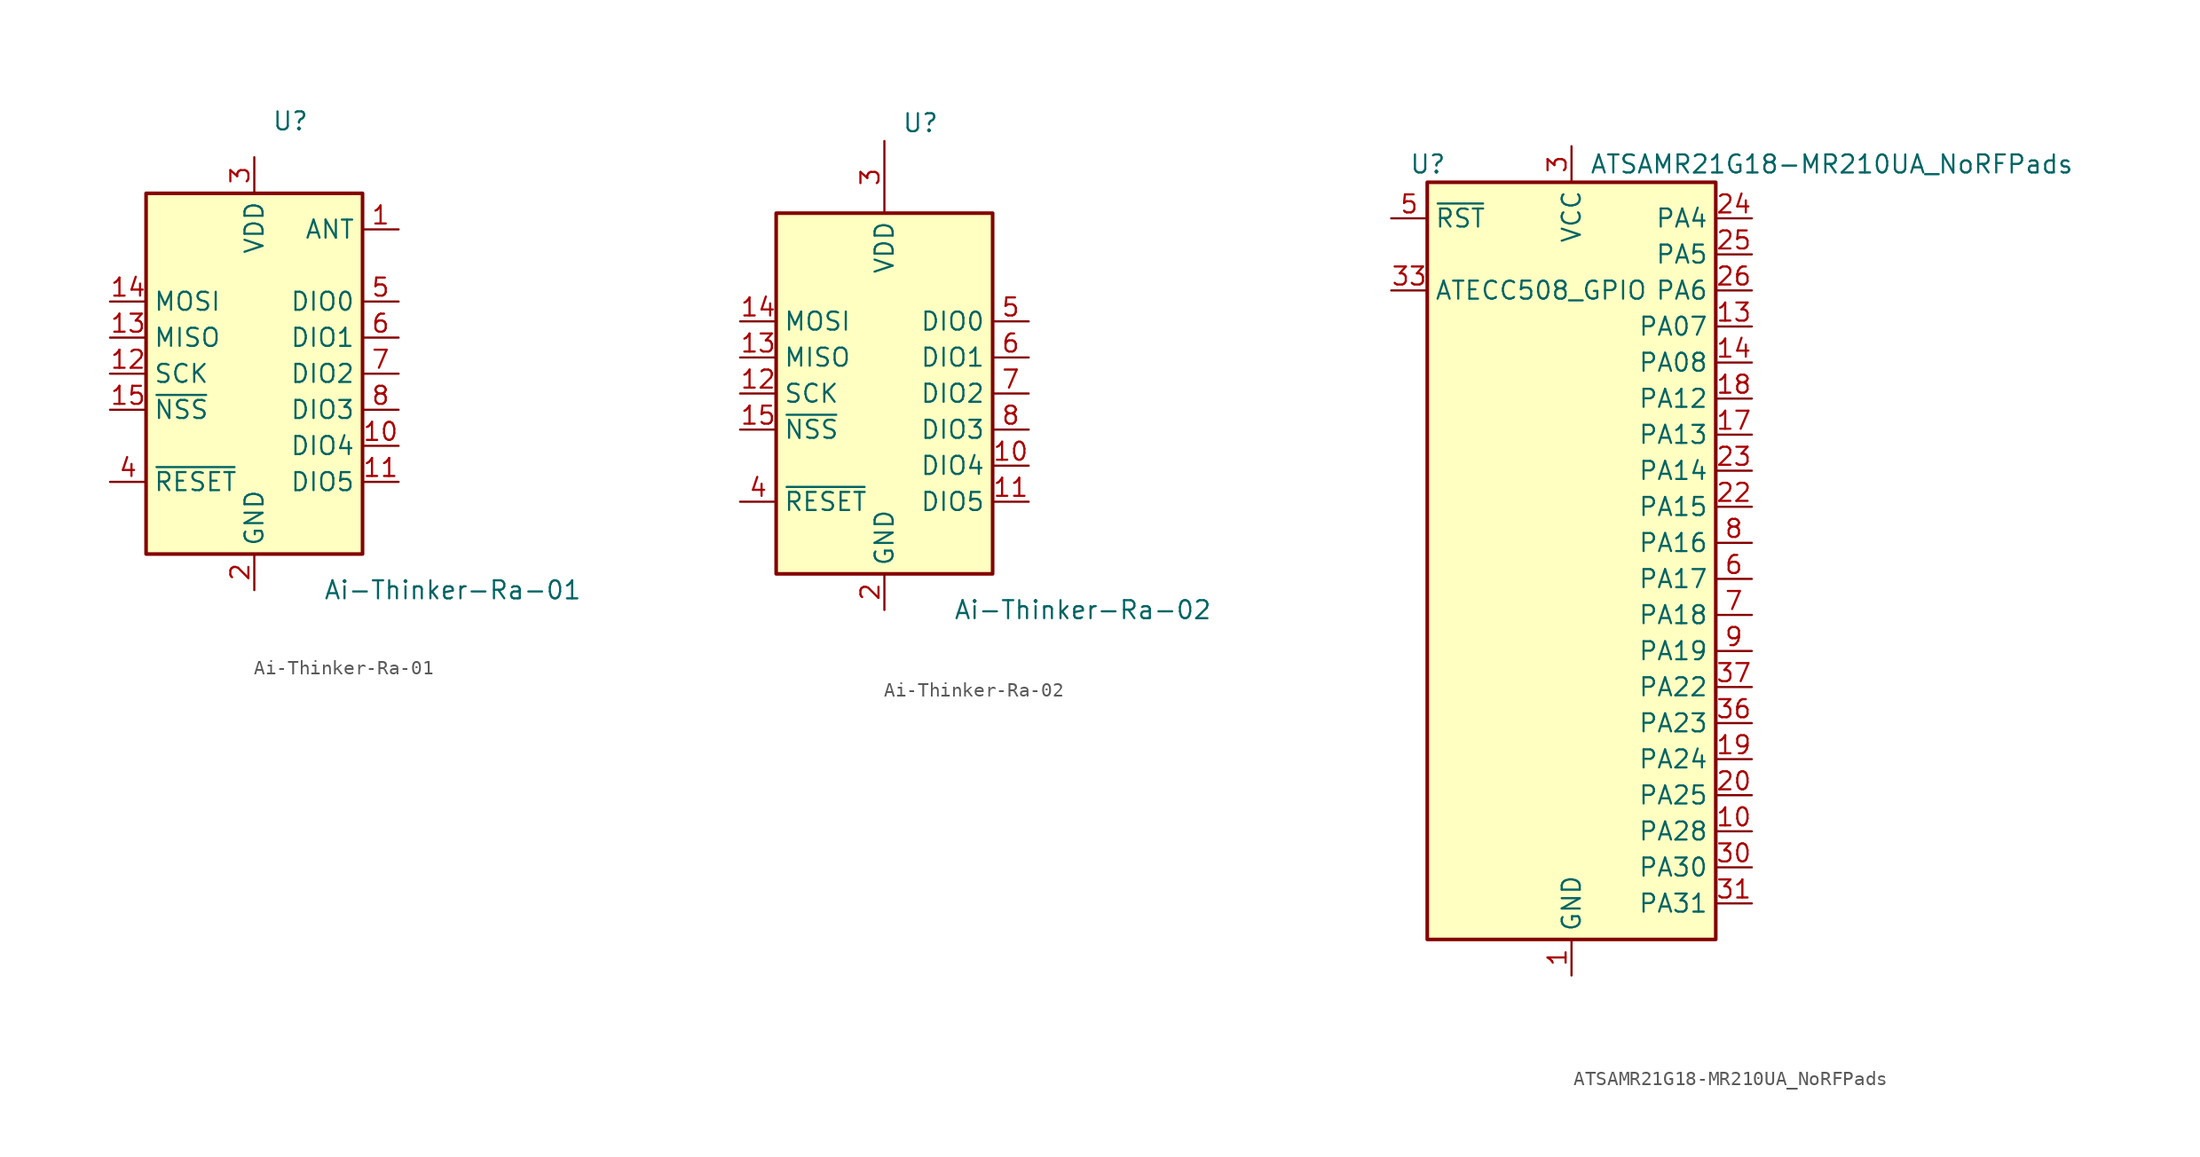
<source format=kicad_sym>
(kicad_symbol_lib
  (version 20201005)
  (generator kicad_symbol_editor)
  (symbol "RF_Module:Ai-Thinker-Ra-01"
    (property "Reference" "U"
      (at 2.54 17.78 0)
      (effects (font (size 1.27 1.27))))
    (property "Value" "Ai-Thinker-Ra-01"
      (at 13.97 -15.24 0)
      (effects (font (size 1.27 1.27))))
    (symbol "Ai-Thinker-Ra-01_0_1"
      (rectangle (start -7.62 12.7) (end 7.62 -12.7) (stroke (width 0.254)) (fill (type background))))
    (symbol "Ai-Thinker-Ra-01_1_1"
      (pin passive line (at 10.16 10.16 180) (length 2.54) (name "ANT" (effects (font (size 1.27 1.27)))) (number "1" (effects (font (size 1.27 1.27)))))
      (pin bidirectional line (at 10.16 -5.08 180) (length 2.54) (name "DIO4" (effects (font (size 1.27 1.27)))) (number "10" (effects (font (size 1.27 1.27)))))
      (pin bidirectional line (at 10.16 -7.62 180) (length 2.54) (name "DIO5" (effects (font (size 1.27 1.27)))) (number "11" (effects (font (size 1.27 1.27)))))
      (pin input line (at -10.16 0 0) (length 2.54) (name "SCK" (effects (font (size 1.27 1.27)))) (number "12" (effects (font (size 1.27 1.27)))))
      (pin output line (at -10.16 2.54 0) (length 2.54) (name "MISO" (effects (font (size 1.27 1.27)))) (number "13" (effects (font (size 1.27 1.27)))))
      (pin input line (at -10.16 5.08 0) (length 2.54) (name "MOSI" (effects (font (size 1.27 1.27)))) (number "14" (effects (font (size 1.27 1.27)))))
      (pin input line (at -10.16 -2.54 0) (length 2.54) (name "~NSS" (effects (font (size 1.27 1.27)))) (number "15" (effects (font (size 1.27 1.27)))))
      (pin passive line (at 0 -15.24 90) (length 2.54) hide (name "GND" (effects (font (size 1.27 1.27)))) (number "16" (effects (font (size 1.27 1.27)))))
      (pin power_in line (at 0 -15.24 90) (length 2.54) (name "GND" (effects (font (size 1.27 1.27)))) (number "2" (effects (font (size 1.27 1.27)))))
      (pin power_in line (at 0 15.24 270) (length 2.54) (name "VDD" (effects (font (size 1.27 1.27)))) (number "3" (effects (font (size 1.27 1.27)))))
      (pin input line (at -10.16 -7.62 0) (length 2.54) (name "~RESET" (effects (font (size 1.27 1.27)))) (number "4" (effects (font (size 1.27 1.27)))))
      (pin bidirectional line (at 10.16 5.08 180) (length 2.54) (name "DIO0" (effects (font (size 1.27 1.27)))) (number "5" (effects (font (size 1.27 1.27)))))
      (pin bidirectional line (at 10.16 2.54 180) (length 2.54) (name "DIO1" (effects (font (size 1.27 1.27)))) (number "6" (effects (font (size 1.27 1.27)))))
      (pin bidirectional line (at 10.16 0 180) (length 2.54) (name "DIO2" (effects (font (size 1.27 1.27)))) (number "7" (effects (font (size 1.27 1.27)))))
      (pin bidirectional line (at 10.16 -2.54 180) (length 2.54) (name "DIO3" (effects (font (size 1.27 1.27)))) (number "8" (effects (font (size 1.27 1.27)))))
      (pin passive line (at 0 -15.24 90) (length 2.54) hide (name "GND" (effects (font (size 1.27 1.27)))) (number "9" (effects (font (size 1.27 1.27)))))))
  (symbol "RF_Module:Ai-Thinker-Ra-02"
    (property "Reference" "U"
      (at 2.54 19.05 0)
      (effects (font (size 1.27 1.27))))
    (property "Value" "Ai-Thinker-Ra-02"
      (at 13.97 -15.24 0)
      (effects (font (size 1.27 1.27))))
    (symbol "Ai-Thinker-Ra-02_0_1"
      (rectangle (start -7.62 12.7) (end 7.62 -12.7) (stroke (width 0.254)) (fill (type background))))
    (symbol "Ai-Thinker-Ra-02_1_1"
      (pin passive line (at 0 -15.24 90) (length 2.54) hide (name "GND" (effects (font (size 1.27 1.27)))) (number "1" (effects (font (size 1.27 1.27)))))
      (pin bidirectional line (at 10.16 -5.08 180) (length 2.54) (name "DIO4" (effects (font (size 1.27 1.27)))) (number "10" (effects (font (size 1.27 1.27)))))
      (pin bidirectional line (at 10.16 -7.62 180) (length 2.54) (name "DIO5" (effects (font (size 1.27 1.27)))) (number "11" (effects (font (size 1.27 1.27)))))
      (pin input line (at -10.16 0 0) (length 2.54) (name "SCK" (effects (font (size 1.27 1.27)))) (number "12" (effects (font (size 1.27 1.27)))))
      (pin output line (at -10.16 2.54 0) (length 2.54) (name "MISO" (effects (font (size 1.27 1.27)))) (number "13" (effects (font (size 1.27 1.27)))))
      (pin input line (at -10.16 5.08 0) (length 2.54) (name "MOSI" (effects (font (size 1.27 1.27)))) (number "14" (effects (font (size 1.27 1.27)))))
      (pin input line (at -10.16 -2.54 0) (length 2.54) (name "~NSS" (effects (font (size 1.27 1.27)))) (number "15" (effects (font (size 1.27 1.27)))))
      (pin passive line (at 0 -15.24 90) (length 2.54) hide (name "GND" (effects (font (size 1.27 1.27)))) (number "16" (effects (font (size 1.27 1.27)))))
      (pin power_in line (at 0 -15.24 90) (length 2.54) (name "GND" (effects (font (size 1.27 1.27)))) (number "2" (effects (font (size 1.27 1.27)))))
      (pin power_in line (at 0 17.78 270) (length 5.08) (name "VDD" (effects (font (size 1.27 1.27)))) (number "3" (effects (font (size 1.27 1.27)))))
      (pin input line (at -10.16 -7.62 0) (length 2.54) (name "~RESET" (effects (font (size 1.27 1.27)))) (number "4" (effects (font (size 1.27 1.27)))))
      (pin bidirectional line (at 10.16 5.08 180) (length 2.54) (name "DIO0" (effects (font (size 1.27 1.27)))) (number "5" (effects (font (size 1.27 1.27)))))
      (pin bidirectional line (at 10.16 2.54 180) (length 2.54) (name "DIO1" (effects (font (size 1.27 1.27)))) (number "6" (effects (font (size 1.27 1.27)))))
      (pin bidirectional line (at 10.16 0 180) (length 2.54) (name "DIO2" (effects (font (size 1.27 1.27)))) (number "7" (effects (font (size 1.27 1.27)))))
      (pin bidirectional line (at 10.16 -2.54 180) (length 2.54) (name "DIO3" (effects (font (size 1.27 1.27)))) (number "8" (effects (font (size 1.27 1.27)))))
      (pin passive line (at 0 -15.24 90) (length 2.54) hide (name "GND" (effects (font (size 1.27 1.27)))) (number "9" (effects (font (size 1.27 1.27)))))))
  (symbol "RF_Module:ATSAMR21G18-MR210UA_NoRFPads"
    (property "Reference" "U"
      (at -11.43 29.21 0)
      (effects (font (size 1.27 1.27)) (justify left)))
    (property "Value" "ATSAMR21G18-MR210UA_NoRFPads"
      (at 1.27 29.21 0)
      (effects (font (size 1.27 1.27)) (justify left)))
    (symbol "ATSAMR21G18-MR210UA_NoRFPads_1_1"
      (rectangle (start -10.16 27.94) (end 10.16 -25.4) (stroke (width 0.254)) (fill (type background)))
      (pin power_in line (at 0 -27.94 90) (length 2.54) (name "GND" (effects (font (size 1.27 1.27)))) (number "1" (effects (font (size 1.27 1.27)))))
      (pin bidirectional line (at 12.7 -17.78 180) (length 2.54) (name "PA28" (effects (font (size 1.27 1.27)))) (number "10" (effects (font (size 1.27 1.27)))))
      (pin no_connect line (at -10.16 15.24 0) (length 2.54) hide (name "NC" (effects (font (size 1.27 1.27)))) (number "11" (effects (font (size 1.27 1.27)))))
      (pin passive line (at 0 -27.94 90) (length 2.54) hide (name "GND" (effects (font (size 1.27 1.27)))) (number "12" (effects (font (size 1.27 1.27)))))
      (pin bidirectional line (at 12.7 17.78 180) (length 2.54) (name "PA07" (effects (font (size 1.27 1.27)))) (number "13" (effects (font (size 1.27 1.27)))))
      (pin bidirectional line (at 12.7 15.24 180) (length 2.54) (name "PA08" (effects (font (size 1.27 1.27)))) (number "14" (effects (font (size 1.27 1.27)))))
      (pin no_connect line (at -10.16 12.7 0) (length 2.54) hide (name "NC" (effects (font (size 1.27 1.27)))) (number "15" (effects (font (size 1.27 1.27)))))
      (pin no_connect line (at -10.16 10.16 0) (length 2.54) hide (name "NC" (effects (font (size 1.27 1.27)))) (number "16" (effects (font (size 1.27 1.27)))))
      (pin bidirectional line (at 12.7 10.16 180) (length 2.54) (name "PA13" (effects (font (size 1.27 1.27)))) (number "17" (effects (font (size 1.27 1.27)))))
      (pin bidirectional line (at 12.7 12.7 180) (length 2.54) (name "PA12" (effects (font (size 1.27 1.27)))) (number "18" (effects (font (size 1.27 1.27)))))
      (pin bidirectional line (at 12.7 -12.7 180) (length 2.54) (name "PA24" (effects (font (size 1.27 1.27)))) (number "19" (effects (font (size 1.27 1.27)))))
      (pin passive line (at 0 -27.94 90) (length 2.54) hide (name "GND" (effects (font (size 1.27 1.27)))) (number "2" (effects (font (size 1.27 1.27)))))
      (pin bidirectional line (at 12.7 -15.24 180) (length 2.54) (name "PA25" (effects (font (size 1.27 1.27)))) (number "20" (effects (font (size 1.27 1.27)))))
      (pin no_connect line (at -10.16 7.62 0) (length 2.54) hide (name "NC" (effects (font (size 1.27 1.27)))) (number "21" (effects (font (size 1.27 1.27)))))
      (pin bidirectional line (at 12.7 5.08 180) (length 2.54) (name "PA15" (effects (font (size 1.27 1.27)))) (number "22" (effects (font (size 1.27 1.27)))))
      (pin bidirectional line (at 12.7 7.62 180) (length 2.54) (name "PA14" (effects (font (size 1.27 1.27)))) (number "23" (effects (font (size 1.27 1.27)))))
      (pin bidirectional line (at 12.7 25.4 180) (length 2.54) (name "PA4" (effects (font (size 1.27 1.27)))) (number "24" (effects (font (size 1.27 1.27)))))
      (pin bidirectional line (at 12.7 22.86 180) (length 2.54) (name "PA5" (effects (font (size 1.27 1.27)))) (number "25" (effects (font (size 1.27 1.27)))))
      (pin bidirectional line (at 12.7 20.32 180) (length 2.54) (name "PA6" (effects (font (size 1.27 1.27)))) (number "26" (effects (font (size 1.27 1.27)))))
      (pin no_connect line (at -10.16 5.08 0) (length 2.54) hide (name "NC" (effects (font (size 1.27 1.27)))) (number "27" (effects (font (size 1.27 1.27)))))
      (pin no_connect line (at -10.16 2.54 0) (length 2.54) hide (name "NC" (effects (font (size 1.27 1.27)))) (number "28" (effects (font (size 1.27 1.27)))))
      (pin passive line (at 0 -27.94 90) (length 2.54) hide (name "GND" (effects (font (size 1.27 1.27)))) (number "29" (effects (font (size 1.27 1.27)))))
      (pin power_in line (at 0 30.48 270) (length 2.54) (name "VCC" (effects (font (size 1.27 1.27)))) (number "3" (effects (font (size 1.27 1.27)))))
      (pin bidirectional line (at 12.7 -20.32 180) (length 2.54) (name "PA30" (effects (font (size 1.27 1.27)))) (number "30" (effects (font (size 1.27 1.27)))))
      (pin bidirectional line (at 12.7 -22.86 180) (length 2.54) (name "PA31" (effects (font (size 1.27 1.27)))) (number "31" (effects (font (size 1.27 1.27)))))
      (pin no_connect line (at -10.16 0 0) (length 2.54) hide (name "NC" (effects (font (size 1.27 1.27)))) (number "32" (effects (font (size 1.27 1.27)))))
      (pin bidirectional line (at -12.7 20.32 0) (length 2.54) (name "ATECC508_GPIO" (effects (font (size 1.27 1.27)))) (number "33" (effects (font (size 1.27 1.27)))))
      (pin no_connect line (at -10.16 -2.54 0) (length 2.54) hide (name "NC" (effects (font (size 1.27 1.27)))) (number "34" (effects (font (size 1.27 1.27)))))
      (pin no_connect line (at -10.16 -5.08 0) (length 2.54) hide (name "NC" (effects (font (size 1.27 1.27)))) (number "35" (effects (font (size 1.27 1.27)))))
      (pin bidirectional line (at 12.7 -10.16 180) (length 2.54) (name "PA23" (effects (font (size 1.27 1.27)))) (number "36" (effects (font (size 1.27 1.27)))))
      (pin bidirectional line (at 12.7 -7.62 180) (length 2.54) (name "PA22" (effects (font (size 1.27 1.27)))) (number "37" (effects (font (size 1.27 1.27)))))
      (pin no_connect line (at -10.16 -7.62 0) (length 2.54) hide (name "NC" (effects (font (size 1.27 1.27)))) (number "38" (effects (font (size 1.27 1.27)))))
      (pin no_connect line (at -10.16 -10.16 0) (length 2.54) hide (name "NC" (effects (font (size 1.27 1.27)))) (number "39" (effects (font (size 1.27 1.27)))))
      (pin passive line (at 0 30.48 270) (length 2.54) hide (name "VCC" (effects (font (size 1.27 1.27)))) (number "4" (effects (font (size 1.27 1.27)))))
      (pin no_connect line (at -10.16 -12.7 0) (length 2.54) hide (name "NC" (effects (font (size 1.27 1.27)))) (number "40" (effects (font (size 1.27 1.27)))))
      (pin passive line (at 0 -27.94 90) (length 2.54) hide (name "GND" (effects (font (size 1.27 1.27)))) (number "41" (effects (font (size 1.27 1.27)))))
      (pin passive line (at 0 -27.94 90) (length 2.54) hide (name "GND" (effects (font (size 1.27 1.27)))) (number "42" (effects (font (size 1.27 1.27)))))
      (pin input line (at -12.7 25.4 0) (length 2.54) (name "~RST" (effects (font (size 1.27 1.27)))) (number "5" (effects (font (size 1.27 1.27)))))
      (pin bidirectional line (at 12.7 0 180) (length 2.54) (name "PA17" (effects (font (size 1.27 1.27)))) (number "6" (effects (font (size 1.27 1.27)))))
      (pin bidirectional line (at 12.7 -2.54 180) (length 2.54) (name "PA18" (effects (font (size 1.27 1.27)))) (number "7" (effects (font (size 1.27 1.27)))))
      (pin bidirectional line (at 12.7 2.54 180) (length 2.54) (name "PA16" (effects (font (size 1.27 1.27)))) (number "8" (effects (font (size 1.27 1.27)))))
      (pin bidirectional line (at 12.7 -5.08 180) (length 2.54) (name "PA19" (effects (font (size 1.27 1.27)))) (number "9" (effects (font (size 1.27 1.27))))))))
</source>
